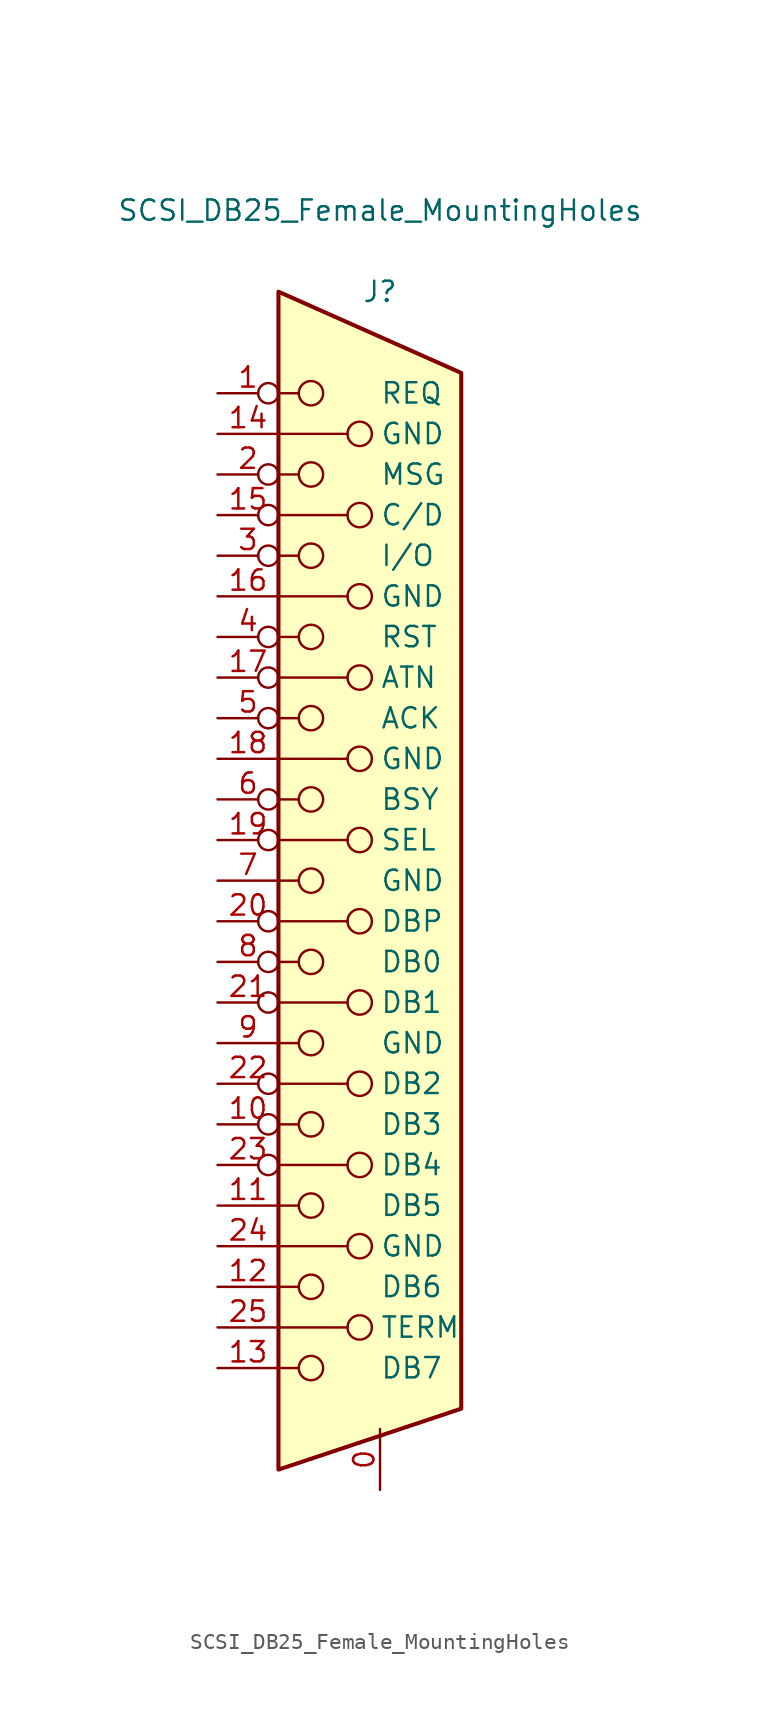
<source format=kicad_sym>
(kicad_symbol_lib
  (version 20211014)
  (generator kicad_symbol_editor)
  (symbol "SCSI_DB25_Female_MountingHoles"
    (pin_names
      (offset 6.35))
    (property "Reference" "J"
      (at 0 36.83 0)
      (effects (font (size 1.27 1.27))))
    (property "Value" "SCSI_DB25_Female_MountingHoles"
      (at 0 41.91 0)
      (effects (font (size 1.27 1.27))))
    (symbol "SCSI_DB25_Female_MountingHoles_0_1"
      (circle (center -4.318 -30.48) (radius 0.762) (stroke (width 0) (type default) (color 0 0 0 0)) (fill (type none)))
      (circle (center -4.318 -25.4) (radius 0.762) (stroke (width 0) (type default) (color 0 0 0 0)) (fill (type none)))
      (circle (center -4.318 -20.32) (radius 0.762) (stroke (width 0) (type default) (color 0 0 0 0)) (fill (type none)))
      (circle (center -4.318 -15.24) (radius 0.762) (stroke (width 0) (type default) (color 0 0 0 0)) (fill (type none)))
      (circle (center -4.318 -10.16) (radius 0.762) (stroke (width 0) (type default) (color 0 0 0 0)) (fill (type none)))
      (circle (center -4.318 -5.08) (radius 0.762) (stroke (width 0) (type default) (color 0 0 0 0)) (fill (type none)))
      (circle (center -4.318 0) (radius 0.762) (stroke (width 0) (type default) (color 0 0 0 0)) (fill (type none)))
      (circle (center -4.318 5.08) (radius 0.762) (stroke (width 0) (type default) (color 0 0 0 0)) (fill (type none)))
      (circle (center -4.318 10.16) (radius 0.762) (stroke (width 0) (type default) (color 0 0 0 0)) (fill (type none)))
      (circle (center -4.318 15.24) (radius 0.762) (stroke (width 0) (type default) (color 0 0 0 0)) (fill (type none)))
      (circle (center -4.318 20.32) (radius 0.762) (stroke (width 0) (type default) (color 0 0 0 0)) (fill (type none)))
      (circle (center -4.318 25.4) (radius 0.762) (stroke (width 0) (type default) (color 0 0 0 0)) (fill (type none)))
      (circle (center -4.318 30.48) (radius 0.762) (stroke (width 0) (type default) (color 0 0 0 0)) (fill (type none)))
      (circle (center -1.27 -27.94) (radius 0.762) (stroke (width 0) (type default) (color 0 0 0 0)) (fill (type none)))
      (circle (center -1.27 -22.86) (radius 0.762) (stroke (width 0) (type default) (color 0 0 0 0)) (fill (type none)))
      (circle (center -1.27 -17.78) (radius 0.762) (stroke (width 0) (type default) (color 0 0 0 0)) (fill (type none)))
      (circle (center -1.27 -12.7) (radius 0.762) (stroke (width 0) (type default) (color 0 0 0 0)) (fill (type none)))
      (circle (center -1.27 -7.62) (radius 0.762) (stroke (width 0) (type default) (color 0 0 0 0)) (fill (type none)))
      (circle (center -1.27 -2.54) (radius 0.762) (stroke (width 0) (type default) (color 0 0 0 0)) (fill (type none)))
      (circle (center -1.27 2.54) (radius 0.762) (stroke (width 0) (type default) (color 0 0 0 0)) (fill (type none)))
      (circle (center -1.27 7.62) (radius 0.762) (stroke (width 0) (type default) (color 0 0 0 0)) (fill (type none)))
      (circle (center -1.27 12.7) (radius 0.762) (stroke (width 0) (type default) (color 0 0 0 0)) (fill (type none)))
      (circle (center -1.27 17.78) (radius 0.762) (stroke (width 0) (type default) (color 0 0 0 0)) (fill (type none)))
      (circle (center -1.27 22.86) (radius 0.762) (stroke (width 0) (type default) (color 0 0 0 0)) (fill (type none)))
      (circle (center -1.27 27.94) (radius 0.762) (stroke (width 0) (type default) (color 0 0 0 0)) (fill (type none)))
      (polyline (pts (xy -6.35 -30.48) (xy -5.08 -30.48)) (stroke (width 0) (type default) (color 0 0 0 0)) (fill (type none)))
      (polyline (pts (xy -6.35 -27.94) (xy -2.032 -27.94)) (stroke (width 0) (type default) (color 0 0 0 0)) (fill (type none)))
      (polyline (pts (xy -6.35 -25.4) (xy -5.08 -25.4)) (stroke (width 0) (type default) (color 0 0 0 0)) (fill (type none)))
      (polyline (pts (xy -6.35 -22.86) (xy -2.032 -22.86)) (stroke (width 0) (type default) (color 0 0 0 0)) (fill (type none)))
      (polyline (pts (xy -6.35 -20.32) (xy -5.08 -20.32)) (stroke (width 0) (type default) (color 0 0 0 0)) (fill (type none)))
      (polyline (pts (xy -6.35 -17.78) (xy -2.032 -17.78)) (stroke (width 0) (type default) (color 0 0 0 0)) (fill (type none)))
      (polyline (pts (xy -6.35 -15.24) (xy -5.08 -15.24)) (stroke (width 0) (type default) (color 0 0 0 0)) (fill (type none)))
      (polyline (pts (xy -6.35 -12.7) (xy -2.032 -12.7)) (stroke (width 0) (type default) (color 0 0 0 0)) (fill (type none)))
      (polyline (pts (xy -6.35 -10.16) (xy -5.08 -10.16)) (stroke (width 0) (type default) (color 0 0 0 0)) (fill (type none)))
      (polyline (pts (xy -6.35 -7.62) (xy -2.032 -7.62)) (stroke (width 0) (type default) (color 0 0 0 0)) (fill (type none)))
      (polyline (pts (xy -6.35 -5.08) (xy -5.08 -5.08)) (stroke (width 0) (type default) (color 0 0 0 0)) (fill (type none)))
      (polyline (pts (xy -6.35 -2.54) (xy -2.032 -2.54)) (stroke (width 0) (type default) (color 0 0 0 0)) (fill (type none)))
      (polyline (pts (xy -6.35 0) (xy -5.08 0)) (stroke (width 0) (type default) (color 0 0 0 0)) (fill (type none)))
      (polyline (pts (xy -6.35 2.54) (xy -2.032 2.54)) (stroke (width 0) (type default) (color 0 0 0 0)) (fill (type none)))
      (polyline (pts (xy -6.35 5.08) (xy -5.08 5.08)) (stroke (width 0) (type default) (color 0 0 0 0)) (fill (type none)))
      (polyline (pts (xy -6.35 7.62) (xy -2.032 7.62)) (stroke (width 0) (type default) (color 0 0 0 0)) (fill (type none)))
      (polyline (pts (xy -6.35 10.16) (xy -5.08 10.16)) (stroke (width 0) (type default) (color 0 0 0 0)) (fill (type none)))
      (polyline (pts (xy -6.35 12.7) (xy -2.032 12.7)) (stroke (width 0) (type default) (color 0 0 0 0)) (fill (type none)))
      (polyline (pts (xy -6.35 15.24) (xy -5.08 15.24)) (stroke (width 0) (type default) (color 0 0 0 0)) (fill (type none)))
      (polyline (pts (xy -6.35 17.78) (xy -2.032 17.78)) (stroke (width 0) (type default) (color 0 0 0 0)) (fill (type none)))
      (polyline (pts (xy -6.35 20.32) (xy -5.08 20.32)) (stroke (width 0) (type default) (color 0 0 0 0)) (fill (type none)))
      (polyline (pts (xy -6.35 22.86) (xy -2.032 22.86)) (stroke (width 0) (type default) (color 0 0 0 0)) (fill (type none)))
      (polyline (pts (xy -6.35 25.4) (xy -5.08 25.4)) (stroke (width 0) (type default) (color 0 0 0 0)) (fill (type none)))
      (polyline (pts (xy -6.35 27.94) (xy -2.032 27.94)) (stroke (width 0) (type default) (color 0 0 0 0)) (fill (type none)))
      (polyline (pts (xy -6.35 30.48) (xy -5.08 30.48)) (stroke (width 0) (type default) (color 0 0 0 0)) (fill (type none)))
      (polyline (pts (xy -6.35 36.83) (xy 5.08 31.75) (xy 5.08 -33.02) (xy -6.35 -36.83) (xy -6.35 36.83)) (stroke (width 0.254) (type default) (color 0 0 0 0)) (fill (type background))))
    (symbol "SCSI_DB25_Female_MountingHoles_1_1"
      (pin passive line (at 0 -38.1 90) (length 3.81) (name "" (effects (font (size 1.27 1.27)))) (number "0" (effects (font (size 1.27 1.27)))))
      (pin output inverted (at -10.16 30.48 0) (length 3.81) (name "REQ" (effects (font (size 1.27 1.27)))) (number "1" (effects (font (size 1.27 1.27)))))
      (pin bidirectional inverted (at -10.16 -15.24 0) (length 3.81) (name "DB3" (effects (font (size 1.27 1.27)))) (number "10" (effects (font (size 1.27 1.27)))))
      (pin power_in line (at -10.16 -20.32 0) (length 3.81) (name "DB5" (effects (font (size 1.27 1.27)))) (number "11" (effects (font (size 1.27 1.27)))))
      (pin bidirectional line (at -10.16 -25.4 0) (length 3.81) (name "DB6" (effects (font (size 1.27 1.27)))) (number "12" (effects (font (size 1.27 1.27)))))
      (pin bidirectional line (at -10.16 -30.48 0) (length 3.81) (name "DB7" (effects (font (size 1.27 1.27)))) (number "13" (effects (font (size 1.27 1.27)))))
      (pin power_in line (at -10.16 27.94 0) (length 3.81) (name "GND" (effects (font (size 1.27 1.27)))) (number "14" (effects (font (size 1.27 1.27)))))
      (pin output inverted (at -10.16 22.86 0) (length 3.81) (name "C/D" (effects (font (size 1.27 1.27)))) (number "15" (effects (font (size 1.27 1.27)))))
      (pin power_in line (at -10.16 17.78 0) (length 3.81) (name "GND" (effects (font (size 1.27 1.27)))) (number "16" (effects (font (size 1.27 1.27)))))
      (pin input inverted (at -10.16 12.7 0) (length 3.81) (name "ATN" (effects (font (size 1.27 1.27)))) (number "17" (effects (font (size 1.27 1.27)))))
      (pin power_in line (at -10.16 7.62 0) (length 3.81) (name "GND" (effects (font (size 1.27 1.27)))) (number "18" (effects (font (size 1.27 1.27)))))
      (pin input inverted (at -10.16 2.54 0) (length 3.81) (name "SEL" (effects (font (size 1.27 1.27)))) (number "19" (effects (font (size 1.27 1.27)))))
      (pin output inverted (at -10.16 25.4 0) (length 3.81) (name "MSG" (effects (font (size 1.27 1.27)))) (number "2" (effects (font (size 1.27 1.27)))))
      (pin bidirectional inverted (at -10.16 -2.54 0) (length 3.81) (name "DBP" (effects (font (size 1.27 1.27)))) (number "20" (effects (font (size 1.27 1.27)))))
      (pin bidirectional inverted (at -10.16 -7.62 0) (length 3.81) (name "DB1" (effects (font (size 1.27 1.27)))) (number "21" (effects (font (size 1.27 1.27)))))
      (pin bidirectional inverted (at -10.16 -12.7 0) (length 3.81) (name "DB2" (effects (font (size 1.27 1.27)))) (number "22" (effects (font (size 1.27 1.27)))))
      (pin bidirectional inverted (at -10.16 -17.78 0) (length 3.81) (name "DB4" (effects (font (size 1.27 1.27)))) (number "23" (effects (font (size 1.27 1.27)))))
      (pin power_in line (at -10.16 -22.86 0) (length 3.81) (name "GND" (effects (font (size 1.27 1.27)))) (number "24" (effects (font (size 1.27 1.27)))))
      (pin power_in line (at -10.16 -27.94 0) (length 3.81) (name "TERM" (effects (font (size 1.27 1.27)))) (number "25" (effects (font (size 1.27 1.27)))))
      (pin output inverted (at -10.16 20.32 0) (length 3.81) (name "I/O" (effects (font (size 1.27 1.27)))) (number "3" (effects (font (size 1.27 1.27)))))
      (pin input inverted (at -10.16 15.24 0) (length 3.81) (name "RST" (effects (font (size 1.27 1.27)))) (number "4" (effects (font (size 1.27 1.27)))))
      (pin output inverted (at -10.16 10.16 0) (length 3.81) (name "ACK" (effects (font (size 1.27 1.27)))) (number "5" (effects (font (size 1.27 1.27)))))
      (pin output inverted (at -10.16 5.08 0) (length 3.81) (name "BSY" (effects (font (size 1.27 1.27)))) (number "6" (effects (font (size 1.27 1.27)))))
      (pin power_in line (at -10.16 0 0) (length 3.81) (name "GND" (effects (font (size 1.27 1.27)))) (number "7" (effects (font (size 1.27 1.27)))))
      (pin bidirectional inverted (at -10.16 -5.08 0) (length 3.81) (name "DB0" (effects (font (size 1.27 1.27)))) (number "8" (effects (font (size 1.27 1.27)))))
      (pin power_in line (at -10.16 -10.16 0) (length 3.81) (name "GND" (effects (font (size 1.27 1.27)))) (number "9" (effects (font (size 1.27 1.27))))))))
</source>
